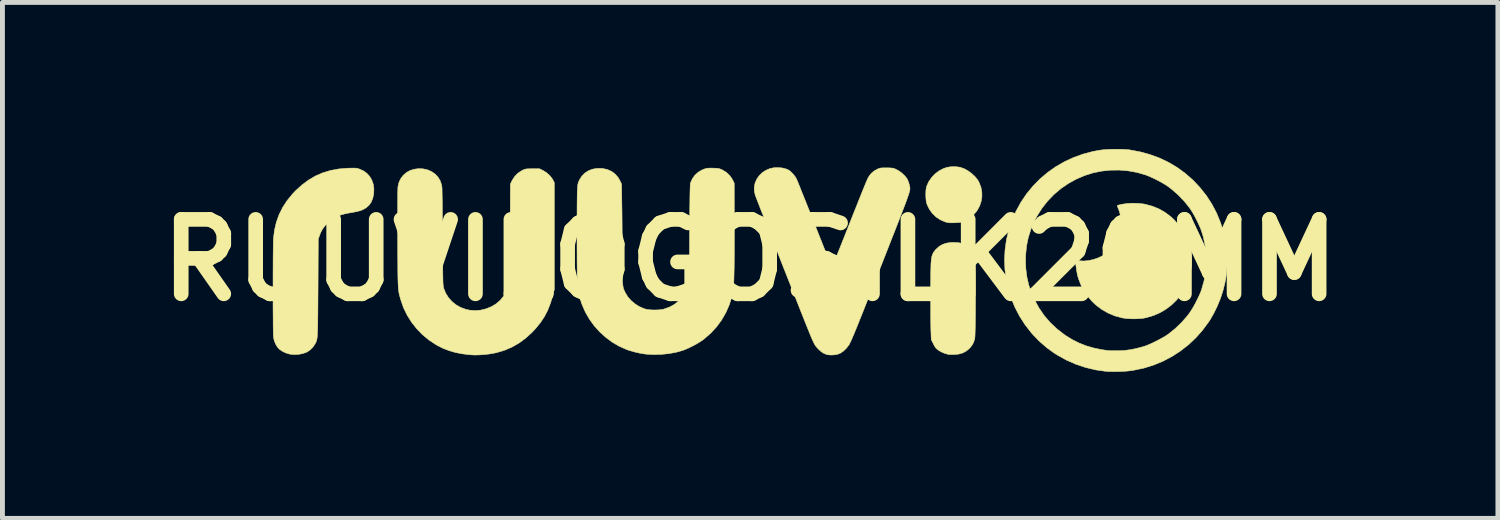
<source format=kicad_pcb>
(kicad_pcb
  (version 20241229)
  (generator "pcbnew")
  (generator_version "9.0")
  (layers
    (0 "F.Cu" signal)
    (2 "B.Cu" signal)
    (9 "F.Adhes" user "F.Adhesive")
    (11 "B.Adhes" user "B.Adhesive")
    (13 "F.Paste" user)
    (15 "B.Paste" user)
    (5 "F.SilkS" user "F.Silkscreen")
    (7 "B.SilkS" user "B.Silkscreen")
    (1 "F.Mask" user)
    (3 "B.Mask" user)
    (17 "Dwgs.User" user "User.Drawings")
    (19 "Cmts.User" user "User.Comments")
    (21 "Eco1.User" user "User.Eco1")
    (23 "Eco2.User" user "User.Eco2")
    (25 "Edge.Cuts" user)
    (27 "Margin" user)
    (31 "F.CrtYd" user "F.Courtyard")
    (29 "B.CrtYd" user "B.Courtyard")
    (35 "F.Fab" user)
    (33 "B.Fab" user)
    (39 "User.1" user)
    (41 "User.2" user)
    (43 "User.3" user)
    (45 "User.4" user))
  (footprint "RUUVILOGOSILK20MM"
    (layer "F.Cu")
    (at 12.308 2.276)
    (property "Reference" "RUUVILOGOSILK20MM" (at 0 0 0) (layer "F.SilkS") (effects (font (size 1.524 1.524) (thickness 0.3))))
    (attr through_hole)
    (fp_poly (pts (xy 4.233 -1.911) (xy 4.296 -1.902) (xy 4.303 -1.9) (xy 4.384 -1.871) (xy 4.464 -1.826) (xy 4.539 -1.77) (xy 4.607 -1.706) (xy 4.661 -1.637) (xy 4.687 -1.59) (xy 4.724 -1.494) (xy 4.743 -1.395) (xy 4.744 -1.297) (xy 4.728 -1.201) (xy 4.697 -1.108) (xy 4.65 -1.022) (xy 4.589 -0.945) (xy 4.515 -0.877) (xy 4.428 -0.821) (xy 4.362 -0.791) (xy 4.331 -0.781) (xy 4.298 -0.774) (xy 4.258 -0.769) (xy 4.206 -0.766) (xy 4.181 -0.765) (xy 4.127 -0.764) (xy 4.087 -0.765) (xy 4.055 -0.768) (xy 4.026 -0.774) (xy 3.994 -0.783) (xy 3.989 -0.785) (xy 3.892 -0.827) (xy 3.805 -0.884) (xy 3.731 -0.956) (xy 3.67 -1.039) (xy 3.624 -1.132) (xy 3.611 -1.172) (xy 3.602 -1.216) (xy 3.597 -1.276) (xy 3.595 -1.343) (xy 3.596 -1.398) (xy 3.599 -1.44) (xy 3.604 -1.474) (xy 3.612 -1.506) (xy 3.618 -1.525) (xy 3.659 -1.613) (xy 3.717 -1.695) (xy 3.787 -1.768) (xy 3.868 -1.829) (xy 3.956 -1.875) (xy 4.029 -1.9) (xy 4.091 -1.91) (xy 4.162 -1.914) (xy 4.233 -1.911)) (stroke (width 0.01) (type solid)) (fill yes) (layer "F.SilkS"))
    (fp_poly (pts (xy 4.262 -0.358) (xy 4.353 -0.338) (xy 4.429 -0.306) (xy 4.492 -0.259) (xy 4.542 -0.199) (xy 4.579 -0.125) (xy 4.596 -0.066) (xy 4.599 -0.044) (xy 4.602 -0.003) (xy 4.604 0.052) (xy 4.606 0.122) (xy 4.608 0.204) (xy 4.61 0.295) (xy 4.611 0.395) (xy 4.612 0.502) (xy 4.612 0.612) (xy 4.613 0.726) (xy 4.613 0.84) (xy 4.612 0.953) (xy 4.612 1.064) (xy 4.611 1.169) (xy 4.61 1.268) (xy 4.608 1.358) (xy 4.606 1.438) (xy 4.604 1.506) (xy 4.602 1.559) (xy 4.599 1.596) (xy 4.596 1.615) (xy 4.573 1.686) (xy 4.539 1.746) (xy 4.493 1.803) (xy 4.429 1.858) (xy 4.356 1.898) (xy 4.282 1.92) (xy 4.239 1.927) (xy 4.187 1.931) (xy 4.135 1.933) (xy 4.087 1.932) (xy 4.052 1.928) (xy 4.049 1.928) (xy 3.975 1.906) (xy 3.905 1.875) (xy 3.85 1.841) (xy 3.82 1.818) (xy 3.798 1.795) (xy 3.778 1.766) (xy 3.757 1.727) (xy 3.75 1.713) (xy 3.707 1.628) (xy 3.701 1.466) (xy 3.699 1.415) (xy 3.698 1.348) (xy 3.697 1.268) (xy 3.696 1.176) (xy 3.695 1.076) (xy 3.695 0.969) (xy 3.695 0.858) (xy 3.695 0.745) (xy 3.695 0.634) (xy 3.695 0.525) (xy 3.696 0.422) (xy 3.696 0.327) (xy 3.697 0.242) (xy 3.699 0.17) (xy 3.7 0.113) (xy 3.701 0.078) (xy 3.707 0.003) (xy 3.715 -0.058) (xy 3.729 -0.107) (xy 3.748 -0.15) (xy 3.775 -0.189) (xy 3.807 -0.225) (xy 3.87 -0.282) (xy 3.94 -0.323) (xy 4.02 -0.349) (xy 4.111 -0.362) (xy 4.157 -0.364) (xy 4.262 -0.358)) (stroke (width 0.01) (type solid)) (fill yes) (layer "F.SilkS"))
    (fp_poly (pts (xy 7.936 -1.163) (xy 8.042 -1.152) (xy 8.089 -1.144) (xy 8.235 -1.104) (xy 8.37 -1.049) (xy 8.494 -0.978) (xy 8.611 -0.89) (xy 8.676 -0.83) (xy 8.781 -0.714) (xy 8.869 -0.591) (xy 8.938 -0.461) (xy 8.989 -0.324) (xy 9.021 -0.179) (xy 9.036 -0.028) (xy 9.037 0.019) (xy 9.027 0.169) (xy 9 0.314) (xy 8.955 0.453) (xy 8.895 0.583) (xy 8.819 0.705) (xy 8.73 0.816) (xy 8.627 0.916) (xy 8.513 1.003) (xy 8.388 1.077) (xy 8.253 1.135) (xy 8.109 1.177) (xy 8.055 1.188) (xy 7.99 1.196) (xy 7.913 1.2) (xy 7.831 1.201) (xy 7.749 1.198) (xy 7.675 1.191) (xy 7.618 1.182) (xy 7.469 1.142) (xy 7.331 1.085) (xy 7.202 1.012) (xy 7.082 0.922) (xy 6.999 0.844) (xy 6.913 0.744) (xy 6.837 0.631) (xy 6.772 0.51) (xy 6.723 0.385) (xy 6.707 0.332) (xy 6.698 0.296) (xy 6.69 0.251) (xy 6.681 0.2) (xy 6.674 0.149) (xy 6.667 0.1) (xy 6.663 0.058) (xy 6.661 0.026) (xy 6.662 0.008) (xy 6.663 0.006) (xy 6.674 0.006) (xy 6.699 0.008) (xy 6.733 0.012) (xy 6.736 0.012) (xy 6.826 0.018) (xy 6.925 0.009) (xy 7.026 -0.013) (xy 7.125 -0.047) (xy 7.205 -0.085) (xy 7.251 -0.115) (xy 7.303 -0.157) (xy 7.357 -0.207) (xy 7.408 -0.259) (xy 7.451 -0.31) (xy 7.482 -0.354) (xy 7.531 -0.448) (xy 7.564 -0.54) (xy 7.583 -0.635) (xy 7.59 -0.74) (xy 7.591 -0.757) (xy 7.588 -0.843) (xy 7.579 -0.917) (xy 7.562 -0.985) (xy 7.538 -1.053) (xy 7.536 -1.056) (xy 7.524 -1.087) (xy 7.517 -1.11) (xy 7.516 -1.12) (xy 7.527 -1.124) (xy 7.552 -1.13) (xy 7.589 -1.139) (xy 7.616 -1.145) (xy 7.716 -1.16) (xy 7.825 -1.166) (xy 7.936 -1.163)) (stroke (width 0.01) (type solid)) (fill yes) (layer "F.SilkS"))
    (fp_poly (pts (xy -8.087 -1.884) (xy -8.059 -1.881) (xy -8.036 -1.877) (xy -8.012 -1.87) (xy -8.002 -1.866) (xy -7.917 -1.828) (xy -7.846 -1.776) (xy -7.787 -1.711) (xy -7.744 -1.635) (xy -7.715 -1.55) (xy -7.703 -1.457) (xy -7.707 -1.357) (xy -7.708 -1.35) (xy -7.728 -1.261) (xy -7.76 -1.185) (xy -7.806 -1.122) (xy -7.865 -1.07) (xy -7.94 -1.029) (xy -8.03 -0.999) (xy -8.137 -0.978) (xy -8.143 -0.977) (xy -8.262 -0.957) (xy -8.366 -0.93) (xy -8.457 -0.895) (xy -8.538 -0.851) (xy -8.611 -0.797) (xy -8.638 -0.772) (xy -8.703 -0.706) (xy -8.752 -0.641) (xy -8.79 -0.572) (xy -8.814 -0.511) (xy -8.842 -0.431) (xy -8.847 0.564) (xy -8.848 0.729) (xy -8.849 0.876) (xy -8.85 1.006) (xy -8.851 1.12) (xy -8.852 1.219) (xy -8.853 1.305) (xy -8.854 1.378) (xy -8.856 1.44) (xy -8.858 1.492) (xy -8.861 1.536) (xy -8.864 1.572) (xy -8.867 1.601) (xy -8.872 1.625) (xy -8.877 1.646) (xy -8.883 1.663) (xy -8.889 1.679) (xy -8.897 1.694) (xy -8.906 1.711) (xy -8.912 1.722) (xy -8.954 1.783) (xy -9.009 1.837) (xy -9.071 1.88) (xy -9.078 1.883) (xy -9.145 1.908) (xy -9.222 1.925) (xy -9.304 1.933) (xy -9.384 1.93) (xy -9.443 1.92) (xy -9.513 1.897) (xy -9.582 1.863) (xy -9.64 1.822) (xy -9.681 1.776) (xy -9.716 1.717) (xy -9.743 1.65) (xy -9.759 1.579) (xy -9.76 1.566) (xy -9.762 1.543) (xy -9.763 1.502) (xy -9.764 1.445) (xy -9.765 1.373) (xy -9.766 1.289) (xy -9.766 1.194) (xy -9.767 1.089) (xy -9.768 0.977) (xy -9.768 0.859) (xy -9.768 0.737) (xy -9.768 0.613) (xy -9.768 0.487) (xy -9.768 0.363) (xy -9.768 0.242) (xy -9.767 0.125) (xy -9.767 0.014) (xy -9.766 -0.089) (xy -9.765 -0.183) (xy -9.764 -0.265) (xy -9.763 -0.335) (xy -9.762 -0.389) (xy -9.761 -0.427) (xy -9.76 -0.44) (xy -9.739 -0.612) (xy -9.701 -0.775) (xy -9.646 -0.929) (xy -9.573 -1.077) (xy -9.482 -1.217) (xy -9.373 -1.351) (xy -9.306 -1.422) (xy -9.175 -1.541) (xy -9.04 -1.641) (xy -8.899 -1.724) (xy -8.751 -1.788) (xy -8.594 -1.836) (xy -8.428 -1.867) (xy -8.252 -1.882) (xy -8.231 -1.883) (xy -8.168 -1.884) (xy -8.122 -1.885) (xy -8.087 -1.884)) (stroke (width 0.01) (type solid)) (fill yes) (layer "F.SilkS"))
    (fp_poly (pts (xy -6.692 -1.869) (xy -6.601 -1.848) (xy -6.52 -1.812) (xy -6.449 -1.762) (xy -6.391 -1.7) (xy -6.347 -1.628) (xy -6.319 -1.547) (xy -6.311 -1.5) (xy -6.309 -1.481) (xy -6.308 -1.443) (xy -6.307 -1.389) (xy -6.306 -1.32) (xy -6.304 -1.236) (xy -6.303 -1.141) (xy -6.302 -1.034) (xy -6.301 -0.918) (xy -6.3 -0.795) (xy -6.299 -0.664) (xy -6.298 -0.528) (xy -6.298 -0.459) (xy -6.297 -0.3) (xy -6.296 -0.159) (xy -6.295 -0.035) (xy -6.295 0.073) (xy -6.294 0.166) (xy -6.293 0.246) (xy -6.292 0.314) (xy -6.291 0.37) (xy -6.29 0.417) (xy -6.289 0.455) (xy -6.287 0.485) (xy -6.285 0.51) (xy -6.283 0.529) (xy -6.281 0.545) (xy -6.278 0.558) (xy -6.275 0.569) (xy -6.272 0.581) (xy -6.272 0.581) (xy -6.232 0.68) (xy -6.175 0.769) (xy -6.104 0.848) (xy -6.021 0.915) (xy -5.927 0.968) (xy -5.824 1.006) (xy -5.754 1.022) (xy -5.637 1.032) (xy -5.521 1.024) (xy -5.407 0.996) (xy -5.3 0.953) (xy -5.203 0.895) (xy -5.118 0.822) (xy -5.046 0.735) (xy -4.988 0.634) (xy -4.982 0.621) (xy -4.973 0.6) (xy -4.964 0.582) (xy -4.957 0.564) (xy -4.95 0.545) (xy -4.944 0.525) (xy -4.939 0.502) (xy -4.935 0.475) (xy -4.932 0.443) (xy -4.929 0.404) (xy -4.926 0.357) (xy -4.924 0.301) (xy -4.922 0.235) (xy -4.921 0.158) (xy -4.92 0.069) (xy -4.919 -0.035) (xy -4.918 -0.154) (xy -4.917 -0.289) (xy -4.916 -0.441) (xy -4.915 -0.562) (xy -4.909 -1.559) (xy -4.873 -1.633) (xy -4.823 -1.711) (xy -4.759 -1.778) (xy -4.682 -1.829) (xy -4.662 -1.84) (xy -4.636 -1.852) (xy -4.614 -1.86) (xy -4.592 -1.866) (xy -4.566 -1.869) (xy -4.531 -1.87) (xy -4.482 -1.871) (xy -4.454 -1.871) (xy -4.312 -1.871) (xy -4.238 -1.834) (xy -4.169 -1.791) (xy -4.107 -1.736) (xy -4.056 -1.673) (xy -4.034 -1.635) (xy -4.01 -1.587) (xy -4.01 0.601) (xy -4.042 0.725) (xy -4.088 0.881) (xy -4.144 1.024) (xy -4.212 1.155) (xy -4.294 1.279) (xy -4.391 1.398) (xy -4.469 1.481) (xy -4.598 1.598) (xy -4.732 1.697) (xy -4.874 1.778) (xy -5.024 1.843) (xy -5.183 1.891) (xy -5.246 1.905) (xy -5.341 1.921) (xy -5.442 1.933) (xy -5.544 1.94) (xy -5.641 1.942) (xy -5.726 1.938) (xy -5.735 1.938) (xy -5.891 1.918) (xy -6.032 1.891) (xy -6.161 1.854) (xy -6.282 1.808) (xy -6.398 1.75) (xy -6.433 1.73) (xy -6.577 1.635) (xy -6.71 1.525) (xy -6.829 1.402) (xy -6.934 1.268) (xy -7.024 1.124) (xy -7.098 0.972) (xy -7.153 0.813) (xy -7.155 0.806) (xy -7.164 0.774) (xy -7.172 0.745) (xy -7.18 0.718) (xy -7.186 0.692) (xy -7.191 0.665) (xy -7.196 0.636) (xy -7.2 0.603) (xy -7.203 0.566) (xy -7.206 0.523) (xy -7.208 0.473) (xy -7.21 0.415) (xy -7.212 0.346) (xy -7.213 0.267) (xy -7.214 0.175) (xy -7.214 0.07) (xy -7.215 -0.051) (xy -7.216 -0.187) (xy -7.216 -0.341) (xy -7.217 -0.442) (xy -7.217 -0.618) (xy -7.218 -0.78) (xy -7.218 -0.927) (xy -7.217 -1.059) (xy -7.217 -1.176) (xy -7.216 -1.276) (xy -7.216 -1.359) (xy -7.214 -1.424) (xy -7.213 -1.472) (xy -7.211 -1.501) (xy -7.211 -1.506) (xy -7.19 -1.594) (xy -7.152 -1.672) (xy -7.101 -1.739) (xy -7.037 -1.794) (xy -6.962 -1.836) (xy -6.878 -1.862) (xy -6.786 -1.874) (xy -6.692 -1.869)) (stroke (width 0.01) (type solid)) (fill yes) (layer "F.SilkS"))
    (fp_poly (pts (xy 7.567 -2.27) (xy 7.648 -2.268) (xy 7.718 -2.263) (xy 7.762 -2.259) (xy 7.977 -2.219) (xy 8.183 -2.163) (xy 8.38 -2.091) (xy 8.568 -2.001) (xy 8.744 -1.896) (xy 8.905 -1.779) (xy 9.065 -1.639) (xy 9.209 -1.486) (xy 9.339 -1.322) (xy 9.452 -1.148) (xy 9.549 -0.963) (xy 9.629 -0.769) (xy 9.693 -0.567) (xy 9.738 -0.357) (xy 9.751 -0.274) (xy 9.755 -0.233) (xy 9.759 -0.177) (xy 9.762 -0.114) (xy 9.763 -0.046) (xy 9.764 0.005) (xy 9.762 0.107) (xy 9.758 0.197) (xy 9.75 0.281) (xy 9.738 0.365) (xy 9.721 0.456) (xy 9.714 0.488) (xy 9.676 0.637) (xy 9.625 0.791) (xy 9.562 0.943) (xy 9.491 1.089) (xy 9.414 1.223) (xy 9.393 1.255) (xy 9.266 1.428) (xy 9.127 1.586) (xy 8.975 1.73) (xy 8.811 1.858) (xy 8.637 1.971) (xy 8.453 2.068) (xy 8.261 2.147) (xy 8.06 2.21) (xy 7.852 2.254) (xy 7.801 2.262) (xy 7.74 2.269) (xy 7.666 2.275) (xy 7.584 2.279) (xy 7.499 2.281) (xy 7.417 2.281) (xy 7.344 2.28) (xy 7.284 2.276) (xy 7.281 2.276) (xy 7.071 2.246) (xy 6.865 2.197) (xy 6.665 2.13) (xy 6.472 2.045) (xy 6.287 1.942) (xy 6.223 1.902) (xy 6.068 1.789) (xy 5.921 1.661) (xy 5.786 1.522) (xy 5.757 1.489) (xy 5.628 1.323) (xy 5.516 1.149) (xy 5.421 0.967) (xy 5.343 0.779) (xy 5.283 0.586) (xy 5.24 0.388) (xy 5.215 0.188) (xy 5.208 0.005) (xy 5.637 0.005) (xy 5.644 0.179) (xy 5.665 0.344) (xy 5.701 0.503) (xy 5.754 0.66) (xy 5.823 0.816) (xy 5.914 0.981) (xy 6.02 1.135) (xy 6.142 1.277) (xy 6.28 1.407) (xy 6.432 1.525) (xy 6.461 1.545) (xy 6.598 1.629) (xy 6.737 1.698) (xy 6.882 1.755) (xy 7.035 1.799) (xy 7.201 1.833) (xy 7.322 1.85) (xy 7.361 1.853) (xy 7.414 1.854) (xy 7.476 1.855) (xy 7.541 1.854) (xy 7.604 1.852) (xy 7.659 1.848) (xy 7.686 1.846) (xy 7.773 1.834) (xy 7.869 1.816) (xy 7.964 1.793) (xy 8.052 1.769) (xy 8.088 1.757) (xy 8.15 1.733) (xy 8.222 1.702) (xy 8.3 1.664) (xy 8.377 1.624) (xy 8.45 1.584) (xy 8.514 1.546) (xy 8.553 1.52) (xy 8.697 1.405) (xy 8.831 1.277) (xy 8.952 1.138) (xy 9.002 1.071) (xy 9.037 1.017) (xy 9.077 0.951) (xy 9.118 0.875) (xy 9.157 0.797) (xy 9.194 0.72) (xy 9.224 0.65) (xy 9.24 0.605) (xy 9.29 0.431) (xy 9.322 0.251) (xy 9.337 0.068) (xy 9.334 -0.116) (xy 9.314 -0.299) (xy 9.276 -0.477) (xy 9.24 -0.595) (xy 9.216 -0.658) (xy 9.184 -0.73) (xy 9.147 -0.808) (xy 9.107 -0.886) (xy 9.066 -0.96) (xy 9.027 -1.023) (xy 9.002 -1.061) (xy 8.889 -1.204) (xy 8.76 -1.338) (xy 8.62 -1.459) (xy 8.553 -1.51) (xy 8.5 -1.545) (xy 8.434 -1.584) (xy 8.36 -1.624) (xy 8.282 -1.664) (xy 8.205 -1.7) (xy 8.135 -1.73) (xy 8.088 -1.747) (xy 7.918 -1.796) (xy 7.74 -1.828) (xy 7.558 -1.844) (xy 7.376 -1.842) (xy 7.196 -1.823) (xy 7.027 -1.789) (xy 6.848 -1.733) (xy 6.676 -1.659) (xy 6.514 -1.57) (xy 6.361 -1.465) (xy 6.22 -1.346) (xy 6.092 -1.213) (xy 5.977 -1.068) (xy 5.877 -0.911) (xy 5.812 -0.786) (xy 5.744 -0.623) (xy 5.693 -0.461) (xy 5.659 -0.295) (xy 5.641 -0.122) (xy 5.637 0.005) (xy 5.208 0.005) (xy 5.207 -0.013) (xy 5.218 -0.215) (xy 5.246 -0.416) (xy 5.293 -0.615) (xy 5.358 -0.811) (xy 5.441 -1) (xy 5.542 -1.184) (xy 5.658 -1.357) (xy 5.789 -1.516) (xy 5.933 -1.663) (xy 6.089 -1.795) (xy 6.256 -1.913) (xy 6.435 -2.016) (xy 6.623 -2.103) (xy 6.819 -2.173) (xy 7.024 -2.227) (xy 7.171 -2.253) (xy 7.232 -2.26) (xy 7.307 -2.266) (xy 7.391 -2.269) (xy 7.48 -2.271) (xy 7.567 -2.27)) (stroke (width 0.01) (type solid)) (fill yes) (layer "F.SilkS"))
    (fp_poly (pts (xy -0.757 -1.884) (xy -0.706 -1.882) (xy -0.669 -1.879) (xy -0.64 -1.875) (xy -0.615 -1.867) (xy -0.586 -1.855) (xy -0.567 -1.846) (xy -0.488 -1.798) (xy -0.422 -1.736) (xy -0.369 -1.662) (xy -0.358 -1.641) (xy -0.327 -1.578) (xy -0.325 -0.802) (xy -0.324 -0.67) (xy -0.324 -0.537) (xy -0.324 -0.404) (xy -0.325 -0.275) (xy -0.325 -0.151) (xy -0.326 -0.034) (xy -0.327 0.072) (xy -0.328 0.165) (xy -0.33 0.243) (xy -0.331 0.297) (xy -0.333 0.386) (xy -0.336 0.457) (xy -0.338 0.515) (xy -0.34 0.561) (xy -0.343 0.598) (xy -0.347 0.629) (xy -0.351 0.657) (xy -0.357 0.684) (xy -0.364 0.713) (xy -0.371 0.737) (xy -0.426 0.91) (xy -0.497 1.073) (xy -0.585 1.225) (xy -0.688 1.366) (xy -0.808 1.495) (xy -0.943 1.613) (xy -0.972 1.635) (xy -1.03 1.674) (xy -1.102 1.717) (xy -1.18 1.759) (xy -1.26 1.798) (xy -1.335 1.831) (xy -1.39 1.851) (xy -1.524 1.888) (xy -1.669 1.914) (xy -1.82 1.929) (xy -1.972 1.933) (xy -2.12 1.925) (xy -2.144 1.923) (xy -2.252 1.906) (xy -2.366 1.88) (xy -2.478 1.848) (xy -2.535 1.828) (xy -2.684 1.761) (xy -2.826 1.678) (xy -2.959 1.579) (xy -3.082 1.467) (xy -3.194 1.342) (xy -3.292 1.207) (xy -3.375 1.063) (xy -3.441 0.912) (xy -3.453 0.881) (xy -3.486 0.772) (xy -3.51 0.662) (xy -3.527 0.545) (xy -3.537 0.425) (xy -3.538 0.388) (xy -3.54 0.333) (xy -3.541 0.264) (xy -3.542 0.181) (xy -3.543 0.086) (xy -3.544 -0.018) (xy -3.544 -0.13) (xy -3.545 -0.248) (xy -3.545 -0.369) (xy -3.545 -0.493) (xy -3.545 -0.618) (xy -3.545 -0.74) (xy -3.545 -0.86) (xy -3.544 -0.974) (xy -3.544 -1.081) (xy -3.543 -1.179) (xy -3.542 -1.266) (xy -3.541 -1.34) (xy -3.54 -1.4) (xy -3.538 -1.444) (xy -3.537 -1.463) (xy -3.533 -1.515) (xy -3.528 -1.553) (xy -3.52 -1.583) (xy -3.509 -1.613) (xy -3.494 -1.645) (xy -3.446 -1.721) (xy -3.385 -1.783) (xy -3.313 -1.83) (xy -3.23 -1.862) (xy -3.139 -1.879) (xy -3.04 -1.878) (xy -3.015 -1.876) (xy -2.922 -1.855) (xy -2.839 -1.818) (xy -2.767 -1.765) (xy -2.707 -1.697) (xy -2.669 -1.633) (xy -2.633 -1.559) (xy -2.627 -1.134) (xy -2.625 -1.04) (xy -2.624 -0.931) (xy -2.623 -0.81) (xy -2.622 -0.68) (xy -2.621 -0.545) (xy -2.62 -0.41) (xy -2.62 -0.277) (xy -2.619 -0.151) (xy -2.619 -0.112) (xy -2.619 0.017) (xy -2.619 0.127) (xy -2.618 0.222) (xy -2.617 0.302) (xy -2.616 0.369) (xy -2.614 0.425) (xy -2.611 0.471) (xy -2.607 0.509) (xy -2.603 0.54) (xy -2.597 0.567) (xy -2.59 0.591) (xy -2.581 0.614) (xy -2.571 0.637) (xy -2.559 0.661) (xy -2.555 0.669) (xy -2.505 0.752) (xy -2.438 0.827) (xy -2.359 0.894) (xy -2.271 0.95) (xy -2.176 0.991) (xy -2.139 1.003) (xy -2.086 1.013) (xy -2.02 1.019) (xy -1.948 1.02) (xy -1.877 1.018) (xy -1.813 1.011) (xy -1.768 1.002) (xy -1.655 0.962) (xy -1.553 0.907) (xy -1.465 0.837) (xy -1.389 0.755) (xy -1.328 0.659) (xy -1.319 0.64) (xy -1.307 0.617) (xy -1.297 0.597) (xy -1.288 0.578) (xy -1.281 0.559) (xy -1.274 0.539) (xy -1.268 0.517) (xy -1.263 0.492) (xy -1.259 0.462) (xy -1.255 0.426) (xy -1.252 0.383) (xy -1.25 0.331) (xy -1.248 0.27) (xy -1.246 0.198) (xy -1.245 0.114) (xy -1.244 0.016) (xy -1.243 -0.095) (xy -1.242 -0.223) (xy -1.242 -0.367) (xy -1.241 -0.53) (xy -1.241 -0.552) (xy -1.239 -0.737) (xy -1.238 -0.904) (xy -1.237 -1.053) (xy -1.235 -1.184) (xy -1.234 -1.297) (xy -1.232 -1.391) (xy -1.23 -1.466) (xy -1.228 -1.522) (xy -1.226 -1.559) (xy -1.224 -1.577) (xy -1.224 -1.578) (xy -1.184 -1.667) (xy -1.13 -1.741) (xy -1.063 -1.802) (xy -0.983 -1.848) (xy -0.937 -1.866) (xy -0.906 -1.876) (xy -0.877 -1.881) (xy -0.844 -1.884) (xy -0.801 -1.885) (xy -0.757 -1.884)) (stroke (width 0.01) (type solid)) (fill yes) (layer "F.SilkS"))
    (fp_poly (pts (xy 0.654 -1.888) (xy 0.733 -1.868) (xy 0.773 -1.852) (xy 0.81 -1.829) (xy 0.85 -1.793) (xy 0.89 -1.75) (xy 0.925 -1.704) (xy 0.947 -1.666) (xy 0.955 -1.648) (xy 0.97 -1.613) (xy 0.99 -1.563) (xy 1.016 -1.5) (xy 1.046 -1.423) (xy 1.081 -1.336) (xy 1.12 -1.239) (xy 1.162 -1.134) (xy 1.207 -1.022) (xy 1.253 -0.905) (xy 1.292 -0.806) (xy 1.353 -0.653) (xy 1.406 -0.518) (xy 1.454 -0.398) (xy 1.495 -0.294) (xy 1.531 -0.204) (xy 1.562 -0.127) (xy 1.587 -0.062) (xy 1.609 -0.008) (xy 1.627 0.035) (xy 1.641 0.07) (xy 1.653 0.096) (xy 1.661 0.115) (xy 1.668 0.128) (xy 1.672 0.135) (xy 1.676 0.139) (xy 1.678 0.139) (xy 1.68 0.138) (xy 1.681 0.135) (xy 1.682 0.134) (xy 1.687 0.122) (xy 1.698 0.094) (xy 1.716 0.051) (xy 1.739 -0.006) (xy 1.767 -0.076) (xy 1.799 -0.158) (xy 1.836 -0.249) (xy 1.875 -0.348) (xy 1.918 -0.455) (xy 1.962 -0.567) (xy 1.982 -0.617) (xy 2.046 -0.778) (xy 2.102 -0.921) (xy 2.153 -1.048) (xy 2.198 -1.161) (xy 2.237 -1.259) (xy 2.271 -1.344) (xy 2.3 -1.417) (xy 2.326 -1.48) (xy 2.347 -1.532) (xy 2.365 -1.576) (xy 2.381 -1.612) (xy 2.393 -1.641) (xy 2.404 -1.664) (xy 2.413 -1.682) (xy 2.421 -1.697) (xy 2.428 -1.71) (xy 2.435 -1.72) (xy 2.439 -1.727) (xy 2.484 -1.782) (xy 2.537 -1.826) (xy 2.604 -1.863) (xy 2.605 -1.864) (xy 2.63 -1.875) (xy 2.652 -1.882) (xy 2.677 -1.887) (xy 2.707 -1.889) (xy 2.75 -1.89) (xy 2.789 -1.89) (xy 2.845 -1.889) (xy 2.886 -1.887) (xy 2.916 -1.884) (xy 2.942 -1.878) (xy 2.967 -1.868) (xy 2.969 -1.868) (xy 3.039 -1.831) (xy 3.106 -1.783) (xy 3.165 -1.727) (xy 3.209 -1.671) (xy 3.23 -1.629) (xy 3.249 -1.576) (xy 3.264 -1.52) (xy 3.267 -1.502) (xy 3.269 -1.489) (xy 3.271 -1.477) (xy 3.271 -1.463) (xy 3.27 -1.448) (xy 3.267 -1.429) (xy 3.262 -1.407) (xy 3.254 -1.379) (xy 3.244 -1.346) (xy 3.23 -1.306) (xy 3.213 -1.258) (xy 3.193 -1.201) (xy 3.168 -1.134) (xy 3.138 -1.056) (xy 3.104 -0.967) (xy 3.064 -0.864) (xy 3.019 -0.748) (xy 2.968 -0.617) (xy 2.91 -0.471) (xy 2.846 -0.307) (xy 2.816 -0.23) (xy 2.728 -0.006) (xy 2.647 0.199) (xy 2.573 0.388) (xy 2.505 0.561) (xy 2.443 0.718) (xy 2.386 0.861) (xy 2.335 0.99) (xy 2.289 1.106) (xy 2.247 1.209) (xy 2.211 1.301) (xy 2.178 1.382) (xy 2.149 1.452) (xy 2.124 1.513) (xy 2.102 1.565) (xy 2.083 1.609) (xy 2.067 1.645) (xy 2.053 1.675) (xy 2.041 1.699) (xy 2.032 1.718) (xy 2.023 1.732) (xy 2.021 1.736) (xy 1.969 1.804) (xy 1.91 1.861) (xy 1.848 1.903) (xy 1.83 1.912) (xy 1.775 1.93) (xy 1.71 1.94) (xy 1.643 1.942) (xy 1.582 1.935) (xy 1.559 1.929) (xy 1.507 1.908) (xy 1.461 1.879) (xy 1.415 1.839) (xy 1.387 1.811) (xy 1.375 1.798) (xy 1.364 1.786) (xy 1.354 1.774) (xy 1.344 1.762) (xy 1.334 1.748) (xy 1.324 1.731) (xy 1.312 1.711) (xy 1.299 1.686) (xy 1.285 1.655) (xy 1.268 1.617) (xy 1.248 1.572) (xy 1.226 1.518) (xy 1.2 1.454) (xy 1.17 1.38) (xy 1.135 1.294) (xy 1.096 1.195) (xy 1.051 1.083) (xy 1.001 0.956) (xy 0.945 0.813) (xy 0.882 0.654) (xy 0.843 0.557) (xy 0.786 0.413) (xy 0.729 0.268) (xy 0.671 0.122) (xy 0.614 -0.024) (xy 0.557 -0.168) (xy 0.502 -0.309) (xy 0.448 -0.446) (xy 0.396 -0.578) (xy 0.347 -0.703) (xy 0.301 -0.821) (xy 0.259 -0.93) (xy 0.22 -1.028) (xy 0.187 -1.115) (xy 0.158 -1.189) (xy 0.134 -1.25) (xy 0.117 -1.295) (xy 0.106 -1.325) (xy 0.103 -1.333) (xy 0.084 -1.417) (xy 0.084 -1.5) (xy 0.1 -1.58) (xy 0.133 -1.656) (xy 0.18 -1.725) (xy 0.241 -1.786) (xy 0.314 -1.836) (xy 0.398 -1.873) (xy 0.408 -1.876) (xy 0.485 -1.892) (xy 0.57 -1.895) (xy 0.654 -1.888)) (stroke (width 0.01) (type solid)) (fill yes) (layer "F.SilkS")))
  (gr_rect
    (start -3 -3)
    (end 27.616 7.562)
    (stroke (width 0.1) (type default))
    (fill no)
    (layer "Edge.Cuts")))
</source>
